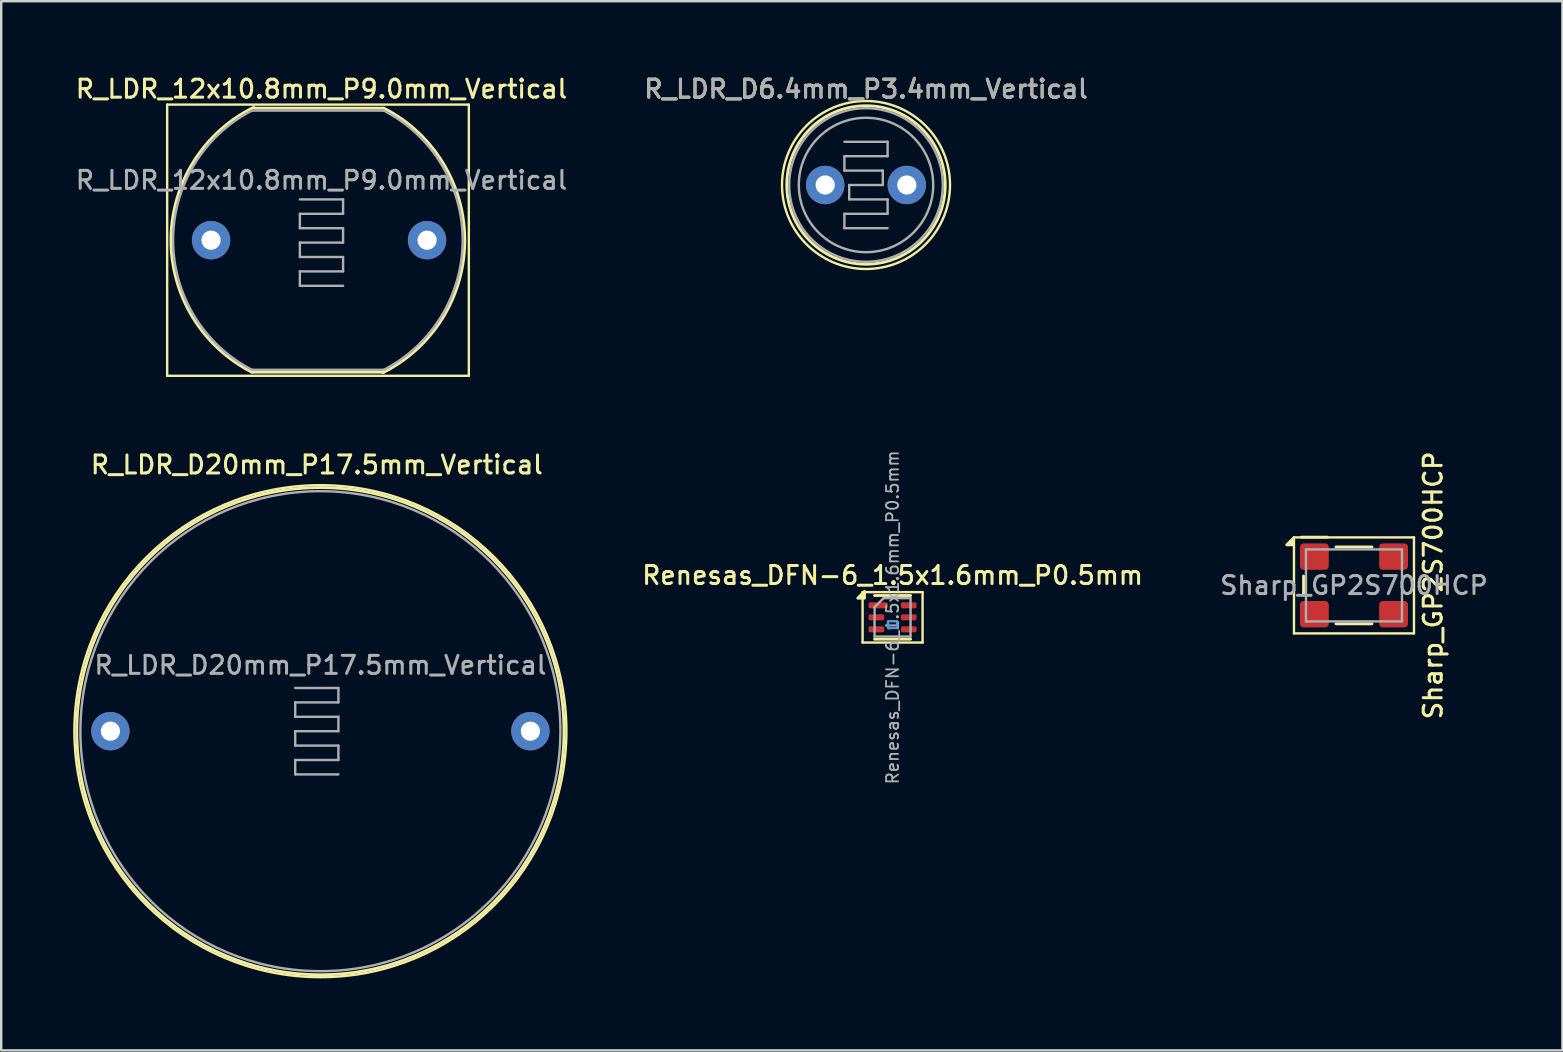
<source format=kicad_pcb>
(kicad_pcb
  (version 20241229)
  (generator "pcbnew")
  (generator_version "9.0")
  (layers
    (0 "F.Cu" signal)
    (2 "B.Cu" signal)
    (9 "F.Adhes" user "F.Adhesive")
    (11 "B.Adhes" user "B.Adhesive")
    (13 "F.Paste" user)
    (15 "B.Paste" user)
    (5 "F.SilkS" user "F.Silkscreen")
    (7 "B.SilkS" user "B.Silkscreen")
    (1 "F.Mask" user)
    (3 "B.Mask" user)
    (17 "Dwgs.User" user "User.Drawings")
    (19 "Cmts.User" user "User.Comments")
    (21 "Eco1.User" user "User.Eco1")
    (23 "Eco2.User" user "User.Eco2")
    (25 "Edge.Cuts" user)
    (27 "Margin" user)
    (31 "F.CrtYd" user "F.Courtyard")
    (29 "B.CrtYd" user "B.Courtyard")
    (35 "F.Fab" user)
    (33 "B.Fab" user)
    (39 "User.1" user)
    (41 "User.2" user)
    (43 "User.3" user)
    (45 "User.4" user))
  (footprint "Renesas_DFN-6_1.5x1.6mm_P0.5mm"
    (layer "F.Cu")
    (at 34.141 22.673)
    (property "Reference" "Renesas_DFN-6_1.5x1.6mm_P0.5mm" (at 0 -1.75 0) (layer "F.SilkS") (effects (font (size 0.75 0.75) (thickness 0.125))))
    (attr smd)
    (fp_line (start -1.25 -1.05) (end -1.25 1.05) (stroke (width 0.1) (type solid)) (layer "F.SilkS"))
    (fp_line (start -1.25 1.05) (end 1.25 1.05) (stroke (width 0.1) (type solid)) (layer "F.SilkS"))
    (fp_line (start -0.75 -0.91) (end 0.75 -0.91) (stroke (width 0.12) (type solid)) (layer "F.SilkS"))
    (fp_line (start -0.75 0.91) (end 0.75 0.91) (stroke (width 0.12) (type solid)) (layer "F.SilkS"))
    (fp_line (start 1.25 -1.05) (end -1.25 -1.05) (stroke (width 0.1) (type solid)) (layer "F.SilkS"))
    (fp_line (start 1.25 1.05) (end 1.25 -1.05) (stroke (width 0.1) (type solid)) (layer "F.SilkS"))
    (fp_poly (pts (xy -1.17 -0.8) (xy -1.45 -0.8) (xy -1.17 -1.08) (xy -1.17 -0.8)) (stroke (width 0.12) (type solid)) (fill yes) (layer "F.SilkS"))
    (fp_rect (start -0.19 0.16) (end 0.19 0.44) (stroke (width 0.1) (type default)) (fill no) (layer "Cmts.User"))
    (fp_line (start -0.75 -0.425) (end -0.375 -0.8) (stroke (width 0.1) (type solid)) (layer "F.Fab"))
    (fp_line (start -0.75 0.8) (end -0.75 -0.425) (stroke (width 0.1) (type solid)) (layer "F.Fab"))
    (fp_line (start -0.375 -0.8) (end 0.75 -0.8) (stroke (width 0.1) (type solid)) (layer "F.Fab"))
    (fp_line (start 0.75 -0.8) (end 0.75 0.8) (stroke (width 0.1) (type solid)) (layer "F.Fab"))
    (fp_line (start 0.75 0.8) (end -0.75 0.8) (stroke (width 0.1) (type solid)) (layer "F.Fab"))
    (fp_text user "SENSOR" (at -0.15 0.325 0) (unlocked yes) (layer "Cmts.User") (effects (font (size 0.05 0.05) (thickness 0.005)) (justify left bottom)))
    (fp_text user "${REFERENCE}" (at 0 0 90) (layer "F.Fab") (effects (font (size 0.5 0.5) (thickness 0.075))))
    (pad "1" smd roundrect (at -0.6 -0.5) (size 0.8 0.25) (layers "F.Cu" "F.Mask" "F.Paste") (roundrect_rratio 0.25))
    (pad "2" smd roundrect (at -0.675 0) (size 0.65 0.25) (layers "F.Cu" "F.Mask" "F.Paste") (roundrect_rratio 0.25))
    (pad "3" smd roundrect (at -0.675 0.5) (size 0.65 0.25) (layers "F.Cu" "F.Mask" "F.Paste") (roundrect_rratio 0.25))
    (pad "4" smd roundrect (at 0.675 0.5) (size 0.65 0.25) (layers "F.Cu" "F.Mask" "F.Paste") (roundrect_rratio 0.25))
    (pad "5" smd roundrect (at 0.675 0) (size 0.65 0.25) (layers "F.Cu" "F.Mask" "F.Paste") (roundrect_rratio 0.25))
    (pad "6" smd roundrect (at 0.675 -0.5) (size 0.65 0.25) (layers "F.Cu" "F.Mask" "F.Paste") (roundrect_rratio 0.25)))
  (footprint "R_LDR_12x10.8mm_P9.0mm_Vertical"
    (layer "F.Cu")
    (at 5.745 6.958)
    (property "Reference" "R_LDR_12x10.8mm_P9.0mm_Vertical" (at 4.6 -6.3 0) (layer "F.SilkS") (effects (font (size 0.75 0.75) (thickness 0.125))))
    (attr through_hole)
    (fp_line (start -1.83 -5.65) (end -1.83 5.65) (stroke (width 0.1) (type solid)) (layer "F.SilkS"))
    (fp_line (start -1.83 -5.65) (end 10.74 -5.65) (stroke (width 0.1) (type solid)) (layer "F.SilkS"))
    (fp_line (start 1.8 -5.5) (end 7.2 -5.5) (stroke (width 0.12) (type solid)) (layer "F.SilkS"))
    (fp_line (start 7.2 5.5) (end 1.7 5.5) (stroke (width 0.12) (type solid)) (layer "F.SilkS"))
    (fp_line (start 10.74 5.65) (end -1.83 5.65) (stroke (width 0.1) (type solid)) (layer "F.SilkS"))
    (fp_line (start 10.74 5.65) (end 10.74 -5.65) (stroke (width 0.1) (type solid)) (layer "F.SilkS"))
    (fp_arc (start 1.7 5.5) (mid -1.671546 -0.044886) (end 1.780295 -5.540145) (stroke (width 0.12) (type solid)) (layer "F.SilkS"))
    (fp_arc (start 7.2 -5.5) (mid 10.571669 0.022361) (end 7.160072 5.520145) (stroke (width 0.12) (type solid)) (layer "F.SilkS"))
    (fp_line (start 1.7 -5.4) (end 7.2 -5.4) (stroke (width 0.1) (type solid)) (layer "F.Fab"))
    (fp_line (start 3.7 -1.7) (end 5.5 -1.7) (stroke (width 0.1) (type solid)) (layer "F.Fab"))
    (fp_line (start 3.7 -1.1) (end 3.7 -0.5) (stroke (width 0.1) (type solid)) (layer "F.Fab"))
    (fp_line (start 3.7 -0.5) (end 5.5 -0.5) (stroke (width 0.1) (type solid)) (layer "F.Fab"))
    (fp_line (start 3.7 0.1) (end 3.7 0.7) (stroke (width 0.1) (type solid)) (layer "F.Fab"))
    (fp_line (start 3.7 0.7) (end 5.5 0.7) (stroke (width 0.1) (type solid)) (layer "F.Fab"))
    (fp_line (start 3.7 1.3) (end 3.7 1.9) (stroke (width 0.1) (type solid)) (layer "F.Fab"))
    (fp_line (start 3.7 1.9) (end 5.5 1.9) (stroke (width 0.1) (type solid)) (layer "F.Fab"))
    (fp_line (start 5.5 -1.7) (end 5.5 -1.1) (stroke (width 0.1) (type solid)) (layer "F.Fab"))
    (fp_line (start 5.5 -1.1) (end 3.7 -1.1) (stroke (width 0.1) (type solid)) (layer "F.Fab"))
    (fp_line (start 5.5 -0.5) (end 5.5 0.1) (stroke (width 0.1) (type solid)) (layer "F.Fab"))
    (fp_line (start 5.5 0.1) (end 3.7 0.1) (stroke (width 0.1) (type solid)) (layer "F.Fab"))
    (fp_line (start 5.5 0.7) (end 5.5 1.3) (stroke (width 0.1) (type solid)) (layer "F.Fab"))
    (fp_line (start 5.5 1.3) (end 3.7 1.3) (stroke (width 0.1) (type solid)) (layer "F.Fab"))
    (fp_line (start 7.2 5.4) (end 1.7 5.4) (stroke (width 0.1) (type solid)) (layer "F.Fab"))
    (fp_arc (start 1.7 5.4) (mid -1.582763 0) (end 1.7 -5.4) (stroke (width 0.1) (type solid)) (layer "F.Fab"))
    (fp_arc (start 7.2 -5.4) (mid 10.482763 0) (end 7.2 5.4) (stroke (width 0.1) (type solid)) (layer "F.Fab"))
    (fp_text user "${REFERENCE}" (at 4.6 -2.5 0) (layer "F.Fab") (effects (font (size 0.75 0.75) (thickness 0.125))))
    (pad "1" thru_hole circle (at 0 0) (size 1.6 1.6) (drill 0.8) (layers "*.Cu" "*.Mask"))
    (pad "2" thru_hole circle (at 9 0) (size 1.6 1.6) (drill 0.8) (layers "*.Cu" "*.Mask")))
  (footprint "R_LDR_D6.4mm_P3.4mm_Vertical"
    (layer "F.Cu")
    (at 31.334 4.658)
    (property "Reference" "R_LDR_D6.4mm_P3.4mm_Vertical" (at 1.7 -4 0) (layer "F.SilkS") (effects (font (size 0.75 0.75) (thickness 0.125))))
    (attr through_hole)
    (fp_circle (center 1.7 0) (end 5 -0.1) (stroke (width 0.12) (type solid)) (fill no) (layer "F.SilkS"))
    (fp_circle (center 1.7 0) (end 5.2 0) (stroke (width 0.1) (type solid)) (fill no) (layer "F.SilkS"))
    (fp_line (start 0.8 -1.8) (end 2.6 -1.8) (stroke (width 0.1) (type solid)) (layer "F.Fab"))
    (fp_line (start 0.8 -1.2) (end 0.8 -0.6) (stroke (width 0.1) (type solid)) (layer "F.Fab"))
    (fp_line (start 0.8 1.2) (end 0.8 1.8) (stroke (width 0.1) (type solid)) (layer "F.Fab"))
    (fp_line (start 0.8 1.8) (end 2.6 1.8) (stroke (width 0.1) (type solid)) (layer "F.Fab"))
    (fp_line (start 1 0) (end 2.4 0) (stroke (width 0.1) (type solid)) (layer "F.Fab"))
    (fp_line (start 1 0.6) (end 1 0) (stroke (width 0.1) (type solid)) (layer "F.Fab"))
    (fp_line (start 2.4 -0.6) (end 0.8 -0.6) (stroke (width 0.1) (type solid)) (layer "F.Fab"))
    (fp_line (start 2.4 0) (end 2.4 -0.6) (stroke (width 0.1) (type solid)) (layer "F.Fab"))
    (fp_line (start 2.6 -1.8) (end 2.6 -1.2) (stroke (width 0.1) (type solid)) (layer "F.Fab"))
    (fp_line (start 2.6 -1.2) (end 0.8 -1.2) (stroke (width 0.1) (type solid)) (layer "F.Fab"))
    (fp_line (start 2.6 0.6) (end 1 0.6) (stroke (width 0.1) (type solid)) (layer "F.Fab"))
    (fp_line (start 2.6 0.6) (end 2.6 1.2) (stroke (width 0.1) (type solid)) (layer "F.Fab"))
    (fp_line (start 2.6 1.2) (end 0.8 1.2) (stroke (width 0.1) (type solid)) (layer "F.Fab"))
    (fp_circle (center 1.7 0) (end 4.5 0) (stroke (width 0.1) (type solid)) (fill no) (layer "F.Fab"))
    (fp_circle (center 1.7 0) (end 4.9 0) (stroke (width 0.1) (type solid)) (fill no) (layer "F.Fab"))
    (fp_text user "${REFERENCE}" (at 1.7 -4 0) (layer "F.Fab") (effects (font (size 0.75 0.75) (thickness 0.125))))
    (pad "1" thru_hole circle (at 0 0) (size 1.6 1.6) (drill 0.8) (layers "*.Cu" "*.Mask"))
    (pad "2" thru_hole circle (at 3.4 0) (size 1.6 1.6) (drill 0.8) (layers "*.Cu" "*.Mask")))
  (footprint "R_LDR_D20mm_P17.5mm_Vertical"
    (layer "F.Cu")
    (at 1.55 27.416)
    (property "Reference" "R_LDR_D20mm_P17.5mm_Vertical" (at 8.6 -11.1 0) (layer "F.SilkS") (effects (font (size 0.75 0.75) (thickness 0.125))))
    (attr through_hole)
    (fp_circle (center 8.75 0) (end -1.5 0) (stroke (width 0.1) (type solid)) (fill no) (layer "F.SilkS"))
    (fp_circle (center 8.75 0) (end -1.4 0) (stroke (width 0.12) (type solid)) (fill no) (layer "F.SilkS"))
    (fp_line (start 7.7 -1.8) (end 9.5 -1.8) (stroke (width 0.1) (type solid)) (layer "F.Fab"))
    (fp_line (start 7.7 -1.2) (end 7.7 -0.6) (stroke (width 0.1) (type solid)) (layer "F.Fab"))
    (fp_line (start 7.7 -0.6) (end 9.5 -0.6) (stroke (width 0.1) (type solid)) (layer "F.Fab"))
    (fp_line (start 7.7 0) (end 7.7 0.6) (stroke (width 0.1) (type solid)) (layer "F.Fab"))
    (fp_line (start 7.7 0.6) (end 9.5 0.6) (stroke (width 0.1) (type solid)) (layer "F.Fab"))
    (fp_line (start 7.7 1.2) (end 7.7 1.8) (stroke (width 0.1) (type solid)) (layer "F.Fab"))
    (fp_line (start 7.7 1.8) (end 9.5 1.8) (stroke (width 0.1) (type solid)) (layer "F.Fab"))
    (fp_line (start 9.5 -1.8) (end 9.5 -1.2) (stroke (width 0.1) (type solid)) (layer "F.Fab"))
    (fp_line (start 9.5 -1.2) (end 7.7 -1.2) (stroke (width 0.1) (type solid)) (layer "F.Fab"))
    (fp_line (start 9.5 -0.6) (end 9.5 0) (stroke (width 0.1) (type solid)) (layer "F.Fab"))
    (fp_line (start 9.5 0) (end 7.7 0) (stroke (width 0.1) (type solid)) (layer "F.Fab"))
    (fp_line (start 9.5 0.6) (end 9.5 1.2) (stroke (width 0.1) (type solid)) (layer "F.Fab"))
    (fp_line (start 9.5 1.2) (end 7.7 1.2) (stroke (width 0.1) (type solid)) (layer "F.Fab"))
    (fp_circle (center 8.75 0) (end -1.25 0) (stroke (width 0.1) (type solid)) (fill no) (layer "F.Fab"))
    (fp_text user "${REFERENCE}" (at 8.75 -2.75 0) (layer "F.Fab") (effects (font (size 0.75 0.75) (thickness 0.125))))
    (pad "1" thru_hole circle (at 0 0) (size 1.6 1.6) (drill 0.8) (layers "*.Cu" "*.Mask"))
    (pad "2" thru_hole circle (at 17.5 0) (size 1.6 1.6) (drill 0.8) (layers "*.Cu" "*.Mask")))
  (footprint "Sharp_GP2S700HCP"
    (layer "F.Cu")
    (at 53.366 21.342)
    (property "Reference" "Sharp_GP2S700HCP" (at 3.295 0 90) (layer "F.SilkS") (effects (font (size 0.75 0.75) (thickness 0.125))))
    (attr smd)
    (fp_line (start -2.5 -2) (end 2.5 -2) (stroke (width 0.1) (type default)) (layer "F.SilkS"))
    (fp_line (start -2.5 2) (end -2.5 -2) (stroke (width 0.1) (type default)) (layer "F.SilkS"))
    (fp_line (start -2.5 2) (end 2.5 2) (stroke (width 0.1) (type default)) (layer "F.SilkS"))
    (fp_line (start -2.1 -0.39) (end -2.1 0.39) (stroke (width 0.12) (type default)) (layer "F.SilkS"))
    (fp_line (start -1.11 -2.01) (end -2.19 -2.01) (stroke (width 0.12) (type default)) (layer "F.SilkS"))
    (fp_line (start -0.75 -1.6) (end 0.75 -1.6) (stroke (width 0.12) (type default)) (layer "F.SilkS"))
    (fp_line (start -0.75 1.6) (end 0.75 1.6) (stroke (width 0.12) (type default)) (layer "F.SilkS"))
    (fp_line (start 2.5 -2) (end 2.5 2) (stroke (width 0.1) (type default)) (layer "F.SilkS"))
    (fp_poly (pts (xy -2.52 -1.69) (xy -2.8 -1.69) (xy -2.52 -1.97) (xy -2.52 -1.69)) (stroke (width 0.12) (type solid)) (fill yes) (layer "F.SilkS"))
    (fp_line (start -2 -1.5) (end 2 -1.5) (stroke (width 0.1) (type default)) (layer "F.Fab"))
    (fp_line (start -2 1.5) (end -2 -1.5) (stroke (width 0.1) (type default)) (layer "F.Fab"))
    (fp_line (start -2 1.5) (end 2 1.5) (stroke (width 0.1) (type default)) (layer "F.Fab"))
    (fp_line (start 2 -1.5) (end 2 1.5) (stroke (width 0.1) (type default)) (layer "F.Fab"))
    (fp_text user "${REFERENCE}" (at 0 0 0) (layer "F.Fab") (effects (font (size 0.75 0.75) (thickness 0.125))))
    (pad "1" smd roundrect (at -1.65 -1.2) (size 1.2 1.1) (layers "F.Cu" "F.Mask" "F.Paste") (roundrect_rratio 0.136))
    (pad "2" smd roundrect (at -1.65 1.2) (size 1.2 1.1) (layers "F.Cu" "F.Mask" "F.Paste") (roundrect_rratio 0.136))
    (pad "3" smd roundrect (at 1.65 1.2) (size 1.2 1.1) (layers "F.Cu" "F.Mask" "F.Paste") (roundrect_rratio 0.136))
    (pad "4" smd roundrect (at 1.65 -1.2) (size 1.2 1.1) (layers "F.Cu" "F.Mask" "F.Paste") (roundrect_rratio 0.136))
    (zone (net_name "") (layer "F.Cu") (name "keepout to avoid short circuit") (hatch edge 0.5) (connect_pads) (min_thickness 0.25) (filled_areas_thickness no) (keepout (tracks not_allowed) (vias not_allowed) (pads not_allowed) (copperpour not_allowed) (footprints not_allowed)) (placement (enabled no)) (fill) (polygon (pts (xy 51.116 20.692) (xy 52.316 20.692) (xy 52.316 19.592) (xy 54.416 19.592) (xy 54.416 20.692) (xy 55.616 20.692) (xy 55.616 21.992) (xy 54.416 21.992) (xy 54.416 23.092) (xy 52.316 23.092) (xy 52.316 21.992) (xy 51.116 21.992)))))
  (gr_rect
    (start -3 -3)
    (end 62.05 40.716)
    (stroke (width 0.1) (type default))
    (fill no)
    (layer "Edge.Cuts")))
</source>
